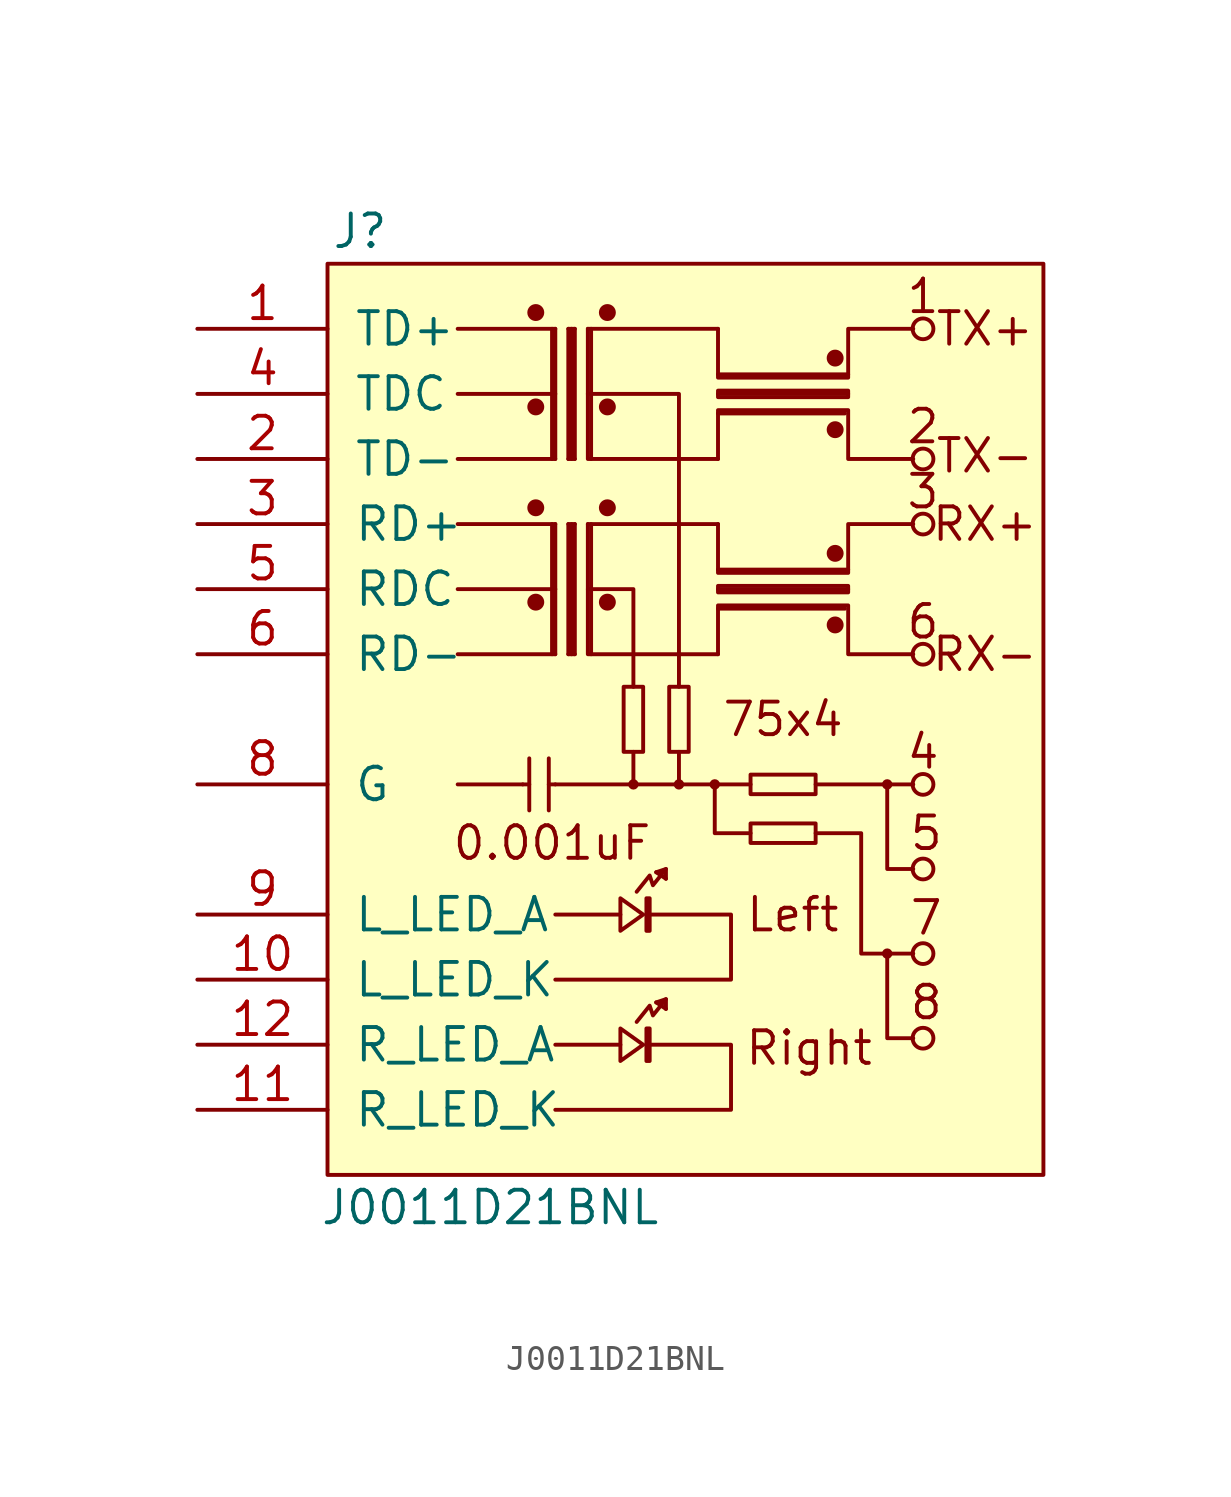
<source format=kicad_sym>
(kicad_symbol_lib
  (version 20220914)
  (generator kicad_symbol_editor)
  (symbol "J0011D21BNL"
    (pin_names
      (offset 1.016))
    (property "Reference" "J"
      (at -12.7 19.05 0)
      (effects (font (size 1.27 1.27))))
    (property "Value" "J0011D21BNL"
      (at -7.62 -19.05 0)
      (effects (font (size 1.27 1.27))))
    (symbol "J0011D21BNL_0_0"
      (rectangle (start -2.413 1.27) (end -1.651 -1.27) (stroke (width 0) (type default)) (fill (type none)))
      (circle (center -2.032 -2.54) (radius 0.127) (stroke (width 0) (type default)) (fill (type none)))
      (rectangle (start -1.524 -6.985) (end -1.397 -8.255) (stroke (width 0) (type default)) (fill (type none)))
      (circle (center -0.254 -2.54) (radius 0.127) (stroke (width 0) (type default)) (fill (type none)))
      (polyline (pts (xy -8.89 -2.54) (xy -6.35 -2.54)) (stroke (width 0) (type default)) (fill (type none)))
      (polyline (pts (xy -6.35 -2.54) (xy -6.096 -2.54)) (stroke (width 0) (type default)) (fill (type none)))
      (polyline (pts (xy -6.096 -1.524) (xy -6.096 -3.556)) (stroke (width 0) (type default)) (fill (type none)))
      (polyline (pts (xy -5.334 -2.54) (xy -5.08 -2.54)) (stroke (width 0) (type default)) (fill (type none)))
      (polyline (pts (xy -5.334 -1.524) (xy -5.334 -3.556)) (stroke (width 0) (type default)) (fill (type none)))
      (polyline (pts (xy -5.08 -2.54) (xy 1.27 -2.54)) (stroke (width 0) (type default)) (fill (type none)))
      (polyline (pts (xy -2.032 -1.27) (xy -2.032 -2.54)) (stroke (width 0) (type default)) (fill (type none)))
      (polyline (pts (xy -0.254 -1.27) (xy -0.254 -2.54)) (stroke (width 0) (type default)) (fill (type none)))
      (polyline (pts (xy 1.27 -2.54) (xy 2.54 -2.54)) (stroke (width 0) (type default)) (fill (type none)))
      (polyline (pts (xy 5.08 -2.54) (xy 8.89 -2.54)) (stroke (width 0) (type default)) (fill (type none)))
      (polyline (pts (xy -0.254 1.27) (xy -0.254 12.7) (xy -3.81 12.7)) (stroke (width 0) (type default)) (fill (type none)))
      (polyline (pts (xy 2.54 -4.445) (xy 1.143 -4.445) (xy 1.143 -2.54)) (stroke (width 0) (type default)) (fill (type none)))
      (polyline (pts (xy 8.89 -12.446) (xy 7.874 -12.446) (xy 7.874 -9.144)) (stroke (width 0) (type default)) (fill (type none)))
      (polyline (pts (xy 8.89 -5.842) (xy 7.874 -5.842) (xy 7.874 -2.54)) (stroke (width 0) (type default)) (fill (type none)))
      (polyline (pts (xy -3.81 5.08) (xy -2.159 5.08) (xy -2.032 5.08) (xy -2.032 1.27)) (stroke (width 0) (type default)) (fill (type none)))
      (polyline (pts (xy 5.08 -4.445) (xy 6.858 -4.445) (xy 6.858 -9.144) (xy 8.89 -9.144)) (stroke (width 0) (type default)) (fill (type none)))
      (polyline (pts (xy -2.54 -6.985) (xy -2.54 -8.255) (xy -1.651 -7.62) (xy -2.54 -6.985) (xy -2.54 -7.112)) (stroke (width 0) (type default)) (fill (type none)))
      (polyline (pts (xy 8.89 10.16) (xy 6.35 10.16) (xy 6.35 12.065) (xy 1.27 12.065) (xy 1.27 10.16)) (stroke (width 0) (type default)) (fill (type none)))
      (polyline (pts (xy 8.89 15.24) (xy 6.35 15.24) (xy 6.35 13.335) (xy 1.27 13.335) (xy 1.27 15.24)) (stroke (width 0) (type default)) (fill (type none)))
      (circle (center 1.143 -2.54) (radius 0.127) (stroke (width 0) (type default)) (fill (type none)))
      (circle (center 7.874 -9.144) (radius 0.127) (stroke (width 0) (type default)) (fill (type none)))
      (circle (center 7.874 -2.54) (radius 0.127) (stroke (width 0) (type default)) (fill (type none)))
      (text "0.001uF" (at -5.207 -4.826 0) (effects (font (size 1.27 1.27))))
      (text "1" (at 9.271 16.51 0) (effects (font (size 1.27 1.27))))
      (text "2" (at 9.271 11.43 0) (effects (font (size 1.27 1.27))))
      (text "4" (at 9.271 -1.27 0) (effects (font (size 1.27 1.27))))
      (text "5" (at 9.398 -4.445 0) (effects (font (size 1.27 1.27))))
      (text "7" (at 9.398 -7.747 0) (effects (font (size 1.27 1.27))))
      (text "75x4" (at 3.81 0 0) (effects (font (size 1.27 1.27))))
      (text "8" (at 9.398 -11.049 0) (effects (font (size 1.27 1.27))))
      (text "Left" (at 4.191 -7.62 0) (effects (font (size 1.27 1.27))))
      (text "RX-" (at 11.684 2.54 0) (effects (font (size 1.27 1.27))))
      (text "TX+" (at 11.684 15.24 0) (effects (font (size 1.27 1.27))))
      (text "TX-" (at 11.684 10.287 0) (effects (font (size 1.27 1.27)))))
    (symbol "J0011D21BNL_0_1"
      (rectangle (start -13.97 17.78) (end 13.97 -17.78) (stroke (width 0) (type default)) (fill (type background)))
      (circle (center -5.842 15.875) (radius 0.254) (stroke (width 0) (type default)) (fill (type outline)))
      (polyline (pts (xy -8.89 10.16) (xy -5.08 10.16)) (stroke (width 0) (type default)) (fill (type none)))
      (polyline (pts (xy -8.89 15.24) (xy -5.08 15.24)) (stroke (width 0) (type default)) (fill (type none)))
      (polyline (pts (xy -5.207 15.24) (xy -5.207 10.16)) (stroke (width 0) (type default)) (fill (type none)))
      (polyline (pts (xy -5.08 12.7) (xy -8.89 12.7)) (stroke (width 0) (type default)) (fill (type none)))
      (polyline (pts (xy -5.08 15.24) (xy -5.08 10.16)) (stroke (width 0) (type default)) (fill (type none)))
      (polyline (pts (xy -4.572 10.16) (xy -4.318 10.16)) (stroke (width 0) (type default)) (fill (type none)))
      (polyline (pts (xy -4.572 15.24) (xy -4.572 10.16)) (stroke (width 0) (type default)) (fill (type none)))
      (polyline (pts (xy -4.572 15.24) (xy -4.318 15.24)) (stroke (width 0) (type default)) (fill (type none)))
      (polyline (pts (xy -4.445 15.24) (xy -4.445 10.16)) (stroke (width 0) (type default)) (fill (type none)))
      (polyline (pts (xy -4.318 15.24) (xy -4.318 10.16)) (stroke (width 0) (type default)) (fill (type none)))
      (polyline (pts (xy -3.81 15.24) (xy 1.27 15.24)) (stroke (width 0) (type default)) (fill (type none)))
      (polyline (pts (xy -3.683 15.24) (xy -3.683 10.16)) (stroke (width 0) (type default)) (fill (type none)))
      (polyline (pts (xy 1.27 11.938) (xy 6.223 11.938)) (stroke (width 0) (type default)) (fill (type none)))
      (polyline (pts (xy 1.27 12.7) (xy 6.35 12.7)) (stroke (width 0) (type default)) (fill (type none)))
      (polyline (pts (xy 1.27 13.462) (xy 6.35 13.462)) (stroke (width 0) (type default)) (fill (type none)))
      (polyline (pts (xy -3.81 15.24) (xy -3.81 10.16) (xy 1.27 10.16)) (stroke (width 0) (type default)) (fill (type none)))
      (polyline (pts (xy 1.27 12.827) (xy 6.35 12.827) (xy 6.35 12.573) (xy 1.27 12.573) (xy 1.27 12.827)) (stroke (width 0) (type default)) (fill (type none)))
      (circle (center 9.271 15.24) (radius 0.406) (stroke (width 0) (type default)) (fill (type none))))
    (symbol "J0011D21BNL_1_0"
      (rectangle (start -1.524 -12.065) (end -1.397 -13.335) (stroke (width 0) (type default)) (fill (type none)))
      (rectangle (start -0.635 1.27) (end 0.127 -1.27) (stroke (width 0) (type default)) (fill (type none)))
      (polyline (pts (xy -2.54 -12.7) (xy -5.08 -12.7)) (stroke (width 0) (type default)) (fill (type none)))
      (polyline (pts (xy -2.54 -7.62) (xy -5.08 -7.62)) (stroke (width 0) (type default)) (fill (type none)))
      (polyline (pts (xy -0.762 -11.303) (xy -1.143 -11.049)) (stroke (width 0) (type default)) (fill (type none)))
      (polyline (pts (xy -0.762 -10.922) (xy -0.762 -11.303)) (stroke (width 0) (type default)) (fill (type none)))
      (polyline (pts (xy -0.762 -6.223) (xy -1.143 -5.969)) (stroke (width 0) (type default)) (fill (type none)))
      (polyline (pts (xy -0.762 -5.842) (xy -0.762 -6.223)) (stroke (width 0) (type default)) (fill (type none)))
      (polyline (pts (xy -5.08 -15.24) (xy 1.778 -15.24) (xy 1.778 -12.7) (xy -1.524 -12.7)) (stroke (width 0) (type default)) (fill (type none)))
      (polyline (pts (xy -5.08 -10.16) (xy 1.778 -10.16) (xy 1.778 -7.62) (xy -1.524 -7.62)) (stroke (width 0) (type default)) (fill (type none)))
      (polyline (pts (xy -2.54 -12.065) (xy -2.54 -13.335) (xy -1.651 -12.7) (xy -2.54 -12.065) (xy -2.54 -12.192)) (stroke (width 0) (type default)) (fill (type none)))
      (polyline (pts (xy -1.905 -11.811) (xy -1.397 -11.176) (xy -1.27 -11.557) (xy -0.762 -10.922) (xy -1.143 -11.049)) (stroke (width 0) (type default)) (fill (type none)))
      (polyline (pts (xy -1.905 -6.731) (xy -1.397 -6.096) (xy -1.27 -6.477) (xy -0.762 -5.842) (xy -1.143 -5.969)) (stroke (width 0) (type default)) (fill (type none)))
      (polyline (pts (xy 8.89 2.54) (xy 6.35 2.54) (xy 6.35 4.445) (xy 1.27 4.445) (xy 1.27 2.54)) (stroke (width 0) (type default)) (fill (type none)))
      (polyline (pts (xy 8.89 7.62) (xy 6.35 7.62) (xy 6.35 5.715) (xy 1.27 5.715) (xy 1.27 7.62)) (stroke (width 0) (type default)) (fill (type none)))
      (rectangle (start 2.54 -4.826) (end 5.08 -4.064) (stroke (width 0) (type default)) (fill (type none)))
      (rectangle (start 2.54 -2.921) (end 5.08 -2.159) (stroke (width 0) (type default)) (fill (type none)))
      (text "3" (at 9.271 8.89 0) (effects (font (size 1.27 1.27))))
      (text "6" (at 9.271 3.81 0) (effects (font (size 1.27 1.27))))
      (text "Right" (at 4.826 -12.827 0) (effects (font (size 1.27 1.27))))
      (text "RX+" (at 11.684 7.62 0) (effects (font (size 1.27 1.27)))))
    (symbol "J0011D21BNL_1_1"
      (circle (center -5.842 4.572) (radius 0.254) (stroke (width 0) (type default)) (fill (type outline)))
      (circle (center -5.842 8.255) (radius 0.254) (stroke (width 0) (type default)) (fill (type outline)))
      (circle (center -5.842 12.192) (radius 0.254) (stroke (width 0) (type default)) (fill (type outline)))
      (circle (center -3.048 4.572) (radius 0.254) (stroke (width 0) (type default)) (fill (type outline)))
      (circle (center -3.048 8.255) (radius 0.254) (stroke (width 0) (type default)) (fill (type outline)))
      (circle (center -3.048 12.192) (radius 0.254) (stroke (width 0) (type default)) (fill (type outline)))
      (circle (center -3.048 15.875) (radius 0.254) (stroke (width 0) (type default)) (fill (type outline)))
      (polyline (pts (xy -8.89 2.54) (xy -5.08 2.54)) (stroke (width 0) (type default)) (fill (type none)))
      (polyline (pts (xy -8.89 7.62) (xy -5.08 7.62)) (stroke (width 0) (type default)) (fill (type none)))
      (polyline (pts (xy -5.207 7.62) (xy -5.207 2.54)) (stroke (width 0) (type default)) (fill (type none)))
      (polyline (pts (xy -5.08 5.08) (xy -8.89 5.08)) (stroke (width 0) (type default)) (fill (type none)))
      (polyline (pts (xy -5.08 7.62) (xy -5.08 2.54)) (stroke (width 0) (type default)) (fill (type none)))
      (polyline (pts (xy -4.572 2.54) (xy -4.318 2.54)) (stroke (width 0) (type default)) (fill (type none)))
      (polyline (pts (xy -4.572 7.62) (xy -4.572 2.54)) (stroke (width 0) (type default)) (fill (type none)))
      (polyline (pts (xy -4.572 7.62) (xy -4.318 7.62)) (stroke (width 0) (type default)) (fill (type none)))
      (polyline (pts (xy -4.445 7.62) (xy -4.445 2.54)) (stroke (width 0) (type default)) (fill (type none)))
      (polyline (pts (xy -4.318 7.62) (xy -4.318 2.54)) (stroke (width 0) (type default)) (fill (type none)))
      (polyline (pts (xy -3.81 7.62) (xy 1.27 7.62)) (stroke (width 0) (type default)) (fill (type none)))
      (polyline (pts (xy -3.683 7.62) (xy -3.683 2.54)) (stroke (width 0) (type default)) (fill (type none)))
      (polyline (pts (xy 1.27 4.318) (xy 6.223 4.318)) (stroke (width 0) (type default)) (fill (type none)))
      (polyline (pts (xy 1.27 5.08) (xy 6.35 5.08)) (stroke (width 0) (type default)) (fill (type none)))
      (polyline (pts (xy 1.27 5.842) (xy 6.35 5.842)) (stroke (width 0) (type default)) (fill (type none)))
      (polyline (pts (xy -3.81 7.62) (xy -3.81 2.54) (xy 1.27 2.54)) (stroke (width 0) (type default)) (fill (type none)))
      (polyline (pts (xy 1.27 5.207) (xy 6.35 5.207) (xy 6.35 4.953) (xy 1.27 4.953) (xy 1.27 5.207)) (stroke (width 0) (type default)) (fill (type none)))
      (circle (center 5.842 3.683) (radius 0.254) (stroke (width 0) (type default)) (fill (type outline)))
      (circle (center 5.842 6.477) (radius 0.254) (stroke (width 0) (type default)) (fill (type outline)))
      (circle (center 5.842 11.303) (radius 0.254) (stroke (width 0) (type default)) (fill (type outline)))
      (circle (center 5.842 14.097) (radius 0.254) (stroke (width 0) (type default)) (fill (type outline)))
      (circle (center 9.271 -12.446) (radius 0.406) (stroke (width 0) (type default)) (fill (type none)))
      (circle (center 9.271 -9.144) (radius 0.406) (stroke (width 0) (type default)) (fill (type none)))
      (circle (center 9.271 -5.842) (radius 0.406) (stroke (width 0) (type default)) (fill (type none)))
      (circle (center 9.271 -2.54) (radius 0.406) (stroke (width 0) (type default)) (fill (type none)))
      (circle (center 9.271 2.54) (radius 0.406) (stroke (width 0) (type default)) (fill (type none)))
      (circle (center 9.271 7.62) (radius 0.406) (stroke (width 0) (type default)) (fill (type none)))
      (circle (center 9.271 10.16) (radius 0.406) (stroke (width 0) (type default)) (fill (type none)))
      (pin input line (at -19.05 15.24 0) (length 5.08) (name "TD+" (effects (font (size 1.27 1.27)))) (number "1" (effects (font (size 1.27 1.27)))))
      (pin input line (at -19.05 -10.16 0) (length 5.08) (name "L_LED_K" (effects (font (size 1.27 1.27)))) (number "10" (effects (font (size 1.27 1.27)))))
      (pin input line (at -19.05 -15.24 0) (length 5.08) (name "R_LED_K" (effects (font (size 1.27 1.27)))) (number "11" (effects (font (size 1.27 1.27)))))
      (pin input line (at -19.05 -12.7 0) (length 5.08) (name "R_LED_A" (effects (font (size 1.27 1.27)))) (number "12" (effects (font (size 1.27 1.27)))))
      (pin input line (at -19.05 10.16 0) (length 5.08) (name "TD-" (effects (font (size 1.27 1.27)))) (number "2" (effects (font (size 1.27 1.27)))))
      (pin input line (at -19.05 7.62 0) (length 5.08) (name "RD+" (effects (font (size 1.27 1.27)))) (number "3" (effects (font (size 1.27 1.27)))))
      (pin input line (at -19.05 12.7 0) (length 5.08) (name "TDC" (effects (font (size 1.27 1.27)))) (number "4" (effects (font (size 1.27 1.27)))))
      (pin input line (at -19.05 5.08 0) (length 5.08) (name "RDC" (effects (font (size 1.27 1.27)))) (number "5" (effects (font (size 1.27 1.27)))))
      (pin input line (at -19.05 2.54 0) (length 5.08) (name "RD-" (effects (font (size 1.27 1.27)))) (number "6" (effects (font (size 1.27 1.27)))))
      (pin input non_logic (at -19.05 0 0) (length 5.08) hide (name "NC" (effects (font (size 1.27 1.27)))) (number "7" (effects (font (size 1.27 1.27)))))
      (pin input line (at -19.05 -2.54 0) (length 5.08) (name "G" (effects (font (size 1.27 1.27)))) (number "8" (effects (font (size 1.27 1.27)))))
      (pin input line (at -19.05 -7.62 0) (length 5.08) (name "L_LED_A" (effects (font (size 1.27 1.27)))) (number "9" (effects (font (size 1.27 1.27))))))))
</source>
